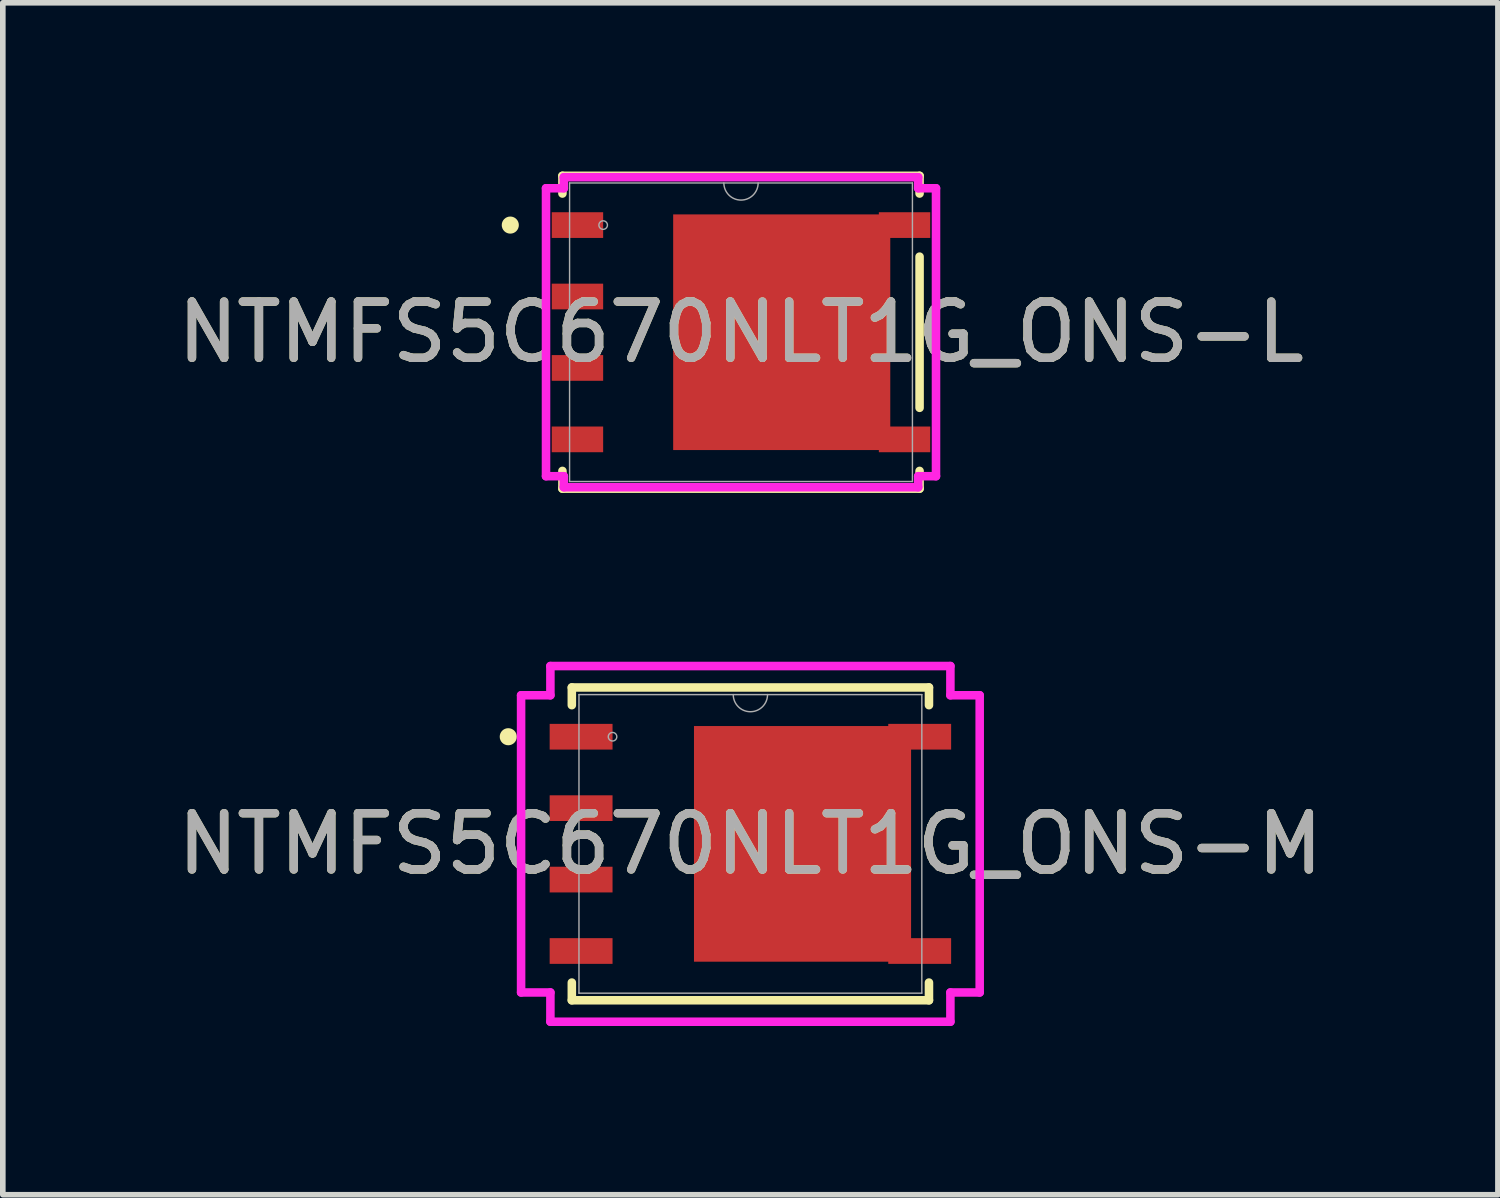
<source format=kicad_pcb>
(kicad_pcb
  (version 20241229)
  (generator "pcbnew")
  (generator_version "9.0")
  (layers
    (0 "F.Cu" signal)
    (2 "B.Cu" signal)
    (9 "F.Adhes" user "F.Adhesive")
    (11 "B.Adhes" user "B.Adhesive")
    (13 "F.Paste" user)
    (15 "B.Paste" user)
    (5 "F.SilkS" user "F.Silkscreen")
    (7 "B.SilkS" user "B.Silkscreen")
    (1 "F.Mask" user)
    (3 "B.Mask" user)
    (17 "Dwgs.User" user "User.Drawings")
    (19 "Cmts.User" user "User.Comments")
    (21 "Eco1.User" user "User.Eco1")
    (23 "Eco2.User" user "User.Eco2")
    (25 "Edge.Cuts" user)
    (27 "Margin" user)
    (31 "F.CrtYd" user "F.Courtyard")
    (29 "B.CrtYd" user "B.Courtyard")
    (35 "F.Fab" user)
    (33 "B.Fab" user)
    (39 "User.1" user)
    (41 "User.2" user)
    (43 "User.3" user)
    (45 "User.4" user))
  (footprint "NTMFS5C670NLT1G_ONS-L"
    (layer "F.Cu")
    (at 10.125 2.857)
    (property "Reference" "NTMFS5C670NLT1G_ONS-L" (at 0 0 0) (unlocked yes) (layer "F.SilkS") (effects (font (size 1 1) (thickness 0.15))))
    (attr smd)
    (fp_poly (pts (xy 2.654 -2.095) (xy -1.206 -2.095) (xy -1.206 2.095) (xy 2.654 2.095)) (stroke (width 0) (type solid)) (fill yes) (layer "F.Cu"))
    (fp_poly (pts (xy 2.654 -2.095) (xy -1.206 -2.095) (xy -1.206 2.095) (xy 2.654 2.095)) (stroke (width 0) (type solid)) (fill yes) (layer "F.Mask"))
    (fp_line (start -3.175 -2.781) (end -3.175 -2.466) (stroke (width 0.152) (type solid)) (layer "F.SilkS"))
    (fp_line (start -3.175 2.466) (end -3.175 2.781) (stroke (width 0.152) (type solid)) (layer "F.SilkS"))
    (fp_line (start -3.175 2.781) (end 3.175 2.781) (stroke (width 0.152) (type solid)) (layer "F.SilkS"))
    (fp_line (start 3.175 -2.781) (end -3.175 -2.781) (stroke (width 0.152) (type solid)) (layer "F.SilkS"))
    (fp_line (start 3.175 -2.466) (end 3.175 -2.781) (stroke (width 0.152) (type solid)) (layer "F.SilkS"))
    (fp_line (start 3.175 1.344) (end 3.175 -1.344) (stroke (width 0.152) (type solid)) (layer "F.SilkS"))
    (fp_line (start 3.175 2.781) (end 3.175 2.466) (stroke (width 0.152) (type solid)) (layer "F.SilkS"))
    (fp_circle (center -4.102 -1.905) (end -4.026 -1.905) (stroke (width 0.152) (type solid)) (fill no) (layer "F.SilkS"))
    (fp_poly (pts (xy 2.654 -2.095) (xy -1.206 -2.095) (xy -1.206 2.095) (xy 2.654 2.095)) (stroke (width 0) (type solid)) (fill yes) (layer "F.Paste"))
    (fp_line (start -3.467 -2.56) (end -3.15 -2.56) (stroke (width 0.152) (type solid)) (layer "F.CrtYd"))
    (fp_line (start -3.467 2.56) (end -3.467 -2.56) (stroke (width 0.152) (type solid)) (layer "F.CrtYd"))
    (fp_line (start -3.467 2.56) (end -3.15 2.56) (stroke (width 0.152) (type solid)) (layer "F.CrtYd"))
    (fp_line (start -3.15 -2.756) (end 3.15 -2.756) (stroke (width 0.152) (type solid)) (layer "F.CrtYd"))
    (fp_line (start -3.15 -2.56) (end -3.15 -2.756) (stroke (width 0.152) (type solid)) (layer "F.CrtYd"))
    (fp_line (start -3.15 2.756) (end -3.15 2.56) (stroke (width 0.152) (type solid)) (layer "F.CrtYd"))
    (fp_line (start 3.15 -2.756) (end 3.15 -2.56) (stroke (width 0.152) (type solid)) (layer "F.CrtYd"))
    (fp_line (start 3.15 2.56) (end 3.15 2.756) (stroke (width 0.152) (type solid)) (layer "F.CrtYd"))
    (fp_line (start 3.15 2.756) (end -3.15 2.756) (stroke (width 0.152) (type solid)) (layer "F.CrtYd"))
    (fp_line (start 3.467 -2.56) (end 3.15 -2.56) (stroke (width 0.152) (type solid)) (layer "F.CrtYd"))
    (fp_line (start 3.467 -2.56) (end 3.467 2.56) (stroke (width 0.152) (type solid)) (layer "F.CrtYd"))
    (fp_line (start 3.467 2.56) (end 3.15 2.56) (stroke (width 0.152) (type solid)) (layer "F.CrtYd"))
    (fp_line (start -3.048 -2.654) (end -3.048 2.654) (stroke (width 0.025) (type solid)) (layer "F.Fab"))
    (fp_line (start -3.048 2.654) (end 3.048 2.654) (stroke (width 0.025) (type solid)) (layer "F.Fab"))
    (fp_line (start 3.048 -2.654) (end -3.048 -2.654) (stroke (width 0.025) (type solid)) (layer "F.Fab"))
    (fp_line (start 3.048 2.654) (end 3.048 -2.654) (stroke (width 0.025) (type solid)) (layer "F.Fab"))
    (fp_arc (start 0.3048 -2.6543) (mid 0 -2.3495) (end -0.3048 -2.6543) (stroke (width 0.0254) (type solid)) (layer "F.Fab"))
    (fp_circle (center -2.451 -1.905) (end -2.375 -1.905) (stroke (width 0.025) (type solid)) (fill no) (layer "F.Fab"))
    (fp_text user "${REFERENCE}" (at 0 0 0) (unlocked yes) (layer "F.Fab") (effects (font (size 1 1) (thickness 0.15))))
    (pad "1" smd rect (at -2.908 -1.905) (size 0.914 0.457) (layers "F.Cu" "F.Mask" "F.Paste"))
    (pad "2" smd rect (at -2.908 -0.635) (size 0.914 0.457) (layers "F.Cu" "F.Mask" "F.Paste"))
    (pad "3" smd rect (at -2.908 0.635) (size 0.914 0.457) (layers "F.Cu" "F.Mask" "F.Paste"))
    (pad "4" smd rect (at -2.908 1.905) (size 0.914 0.457) (layers "F.Cu" "F.Mask" "F.Paste"))
    (pad "5" smd rect (at 2.908 1.905) (size 0.914 0.457) (layers "F.Cu" "F.Mask" "F.Paste"))
    (pad "6" smd rect (at 2.908 -1.905) (size 0.914 0.457) (layers "F.Cu" "F.Mask" "F.Paste")))
  (footprint "NTMFS5C670NLT1G_ONS-M"
    (layer "F.Cu")
    (at 10.292 11.954)
    (property "Reference" "NTMFS5C670NLT1G_ONS-M" (at 0 0 0) (unlocked yes) (layer "F.SilkS") (effects (font (size 1 1) (thickness 0.15))))
    (attr smd)
    (fp_poly (pts (xy 2.857 -2.095) (xy -1.003 -2.095) (xy -1.003 2.095) (xy 2.857 2.095)) (stroke (width 0) (type solid)) (fill yes) (layer "F.Cu"))
    (fp_poly (pts (xy 2.857 -2.095) (xy -1.003 -2.095) (xy -1.003 2.095) (xy 2.857 2.095)) (stroke (width 0) (type solid)) (fill yes) (layer "F.Mask"))
    (fp_line (start -3.175 -2.781) (end -3.175 -2.466) (stroke (width 0.152) (type solid)) (layer "F.SilkS"))
    (fp_line (start -3.175 2.466) (end -3.175 2.781) (stroke (width 0.152) (type solid)) (layer "F.SilkS"))
    (fp_line (start -3.175 2.781) (end 3.175 2.781) (stroke (width 0.152) (type solid)) (layer "F.SilkS"))
    (fp_line (start 3.175 -2.781) (end -3.175 -2.781) (stroke (width 0.152) (type solid)) (layer "F.SilkS"))
    (fp_line (start 3.175 -2.466) (end 3.175 -2.781) (stroke (width 0.152) (type solid)) (layer "F.SilkS"))
    (fp_line (start 3.175 2.781) (end 3.175 2.466) (stroke (width 0.152) (type solid)) (layer "F.SilkS"))
    (fp_circle (center -4.305 -1.905) (end -4.229 -1.905) (stroke (width 0.152) (type solid)) (fill no) (layer "F.SilkS"))
    (fp_poly (pts (xy 2.857 -2.095) (xy -1.003 -2.095) (xy -1.003 2.095) (xy 2.857 2.095)) (stroke (width 0) (type solid)) (fill yes) (layer "F.Paste"))
    (fp_line (start -4.077 -2.642) (end -3.556 -2.642) (stroke (width 0.152) (type solid)) (layer "F.CrtYd"))
    (fp_line (start -4.077 2.642) (end -4.077 -2.642) (stroke (width 0.152) (type solid)) (layer "F.CrtYd"))
    (fp_line (start -4.077 2.642) (end -3.556 2.642) (stroke (width 0.152) (type solid)) (layer "F.CrtYd"))
    (fp_line (start -3.556 -3.162) (end 3.556 -3.162) (stroke (width 0.152) (type solid)) (layer "F.CrtYd"))
    (fp_line (start -3.556 -2.642) (end -3.556 -3.162) (stroke (width 0.152) (type solid)) (layer "F.CrtYd"))
    (fp_line (start -3.556 3.162) (end -3.556 2.642) (stroke (width 0.152) (type solid)) (layer "F.CrtYd"))
    (fp_line (start 3.556 -3.162) (end 3.556 -2.642) (stroke (width 0.152) (type solid)) (layer "F.CrtYd"))
    (fp_line (start 3.556 2.642) (end 3.556 3.162) (stroke (width 0.152) (type solid)) (layer "F.CrtYd"))
    (fp_line (start 3.556 3.162) (end -3.556 3.162) (stroke (width 0.152) (type solid)) (layer "F.CrtYd"))
    (fp_line (start 4.077 -2.642) (end 3.556 -2.642) (stroke (width 0.152) (type solid)) (layer "F.CrtYd"))
    (fp_line (start 4.077 -2.642) (end 4.077 2.642) (stroke (width 0.152) (type solid)) (layer "F.CrtYd"))
    (fp_line (start 4.077 2.642) (end 3.556 2.642) (stroke (width 0.152) (type solid)) (layer "F.CrtYd"))
    (fp_line (start -3.048 -2.654) (end -3.048 2.654) (stroke (width 0.025) (type solid)) (layer "F.Fab"))
    (fp_line (start -3.048 2.654) (end 3.048 2.654) (stroke (width 0.025) (type solid)) (layer "F.Fab"))
    (fp_line (start 3.048 -2.654) (end -3.048 -2.654) (stroke (width 0.025) (type solid)) (layer "F.Fab"))
    (fp_line (start 3.048 2.654) (end 3.048 -2.654) (stroke (width 0.025) (type solid)) (layer "F.Fab"))
    (fp_arc (start 0.3048 -2.6543) (mid 0 -2.3495) (end -0.3048 -2.6543) (stroke (width 0.0254) (type solid)) (layer "F.Fab"))
    (fp_circle (center -2.451 -1.905) (end -2.375 -1.905) (stroke (width 0.025) (type solid)) (fill no) (layer "F.Fab"))
    (fp_text user "${REFERENCE}" (at 0 0 0) (unlocked yes) (layer "F.Fab") (effects (font (size 1 1) (thickness 0.15))))
    (pad "1" smd rect (at -3.01 -1.905) (size 1.118 0.457) (layers "F.Cu" "F.Mask" "F.Paste"))
    (pad "2" smd rect (at -3.01 -0.635) (size 1.118 0.457) (layers "F.Cu" "F.Mask" "F.Paste"))
    (pad "3" smd rect (at -3.01 0.635) (size 1.118 0.457) (layers "F.Cu" "F.Mask" "F.Paste"))
    (pad "4" smd rect (at -3.01 1.905) (size 1.118 0.457) (layers "F.Cu" "F.Mask" "F.Paste"))
    (pad "5" smd rect (at 3.01 1.905) (size 1.118 0.457) (layers "F.Cu" "F.Mask" "F.Paste"))
    (pad "6" smd rect (at 3.01 -1.905) (size 1.118 0.457) (layers "F.Cu" "F.Mask" "F.Paste")))
  (gr_rect
    (start -3 -3)
    (end 23.583 18.192)
    (stroke (width 0.1) (type default))
    (fill no)
    (layer "Edge.Cuts")))
</source>
